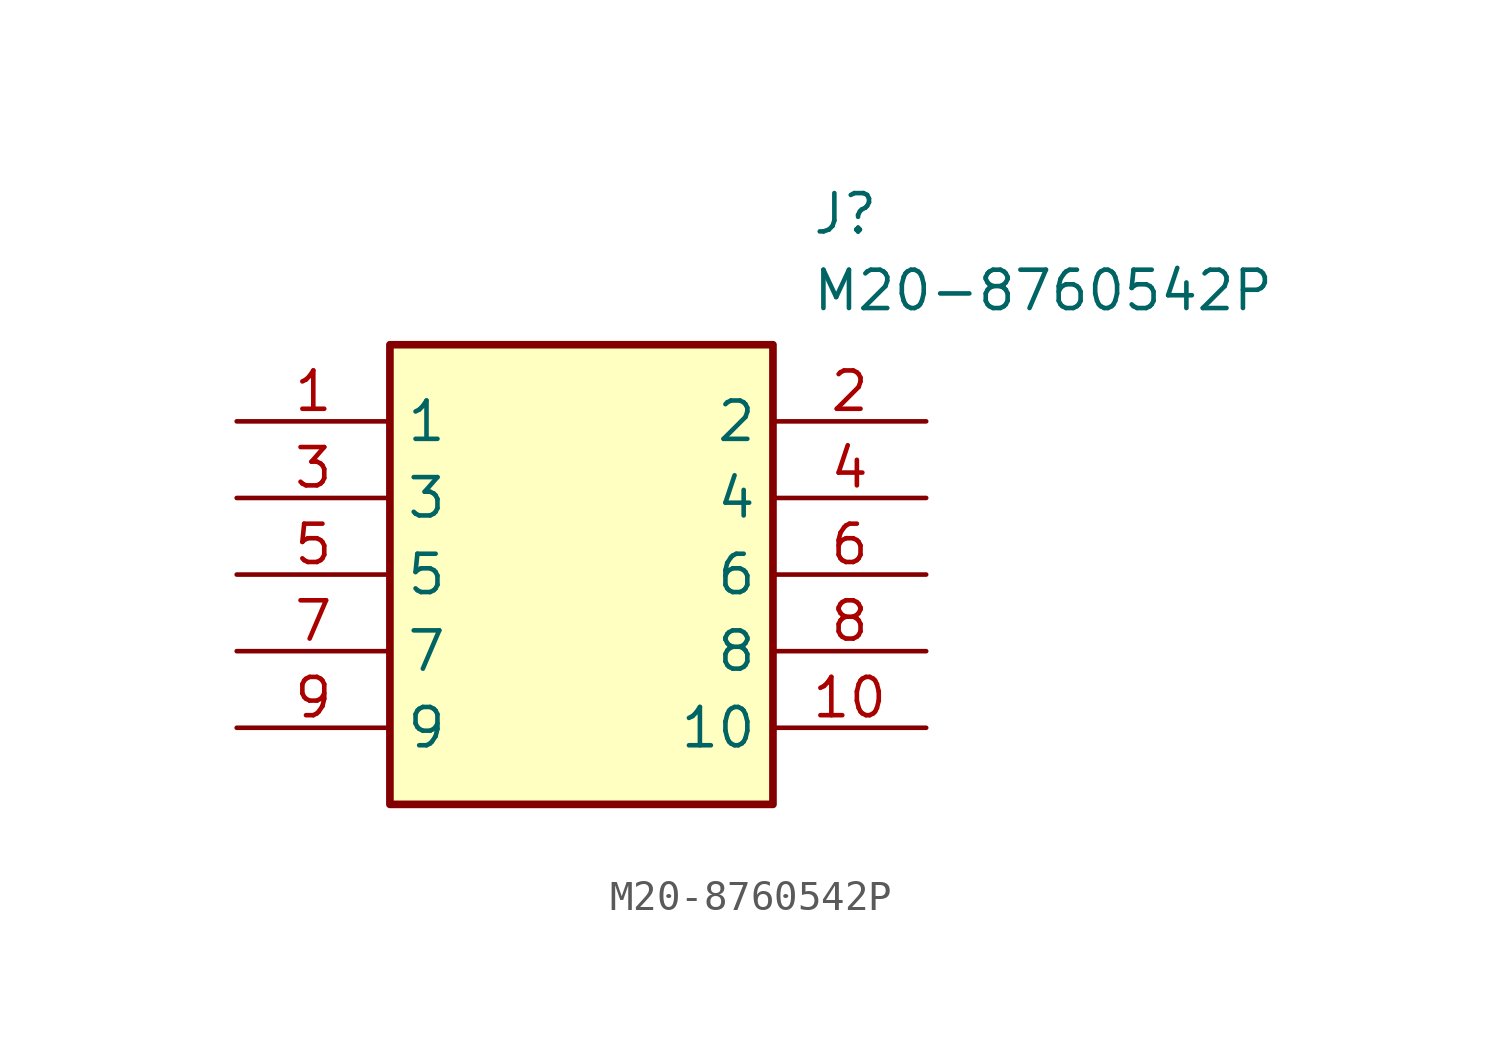
<source format=kicad_sym>
(kicad_symbol_lib
  (version 20211014)
  (generator SamacSys_ECAD_Model)
  (symbol "M20-8760542P"
    (property "Reference" "J"
      (at 19.05 7.62 0)
      (effects (font (size 1.27 1.27)) (justify left top)))
    (property "Value" "M20-8760542P"
      (at 19.05 5.08 0)
      (effects (font (size 1.27 1.27)) (justify left top)))
    (rectangle
      (start 5.08 2.54)
      (end 17.78 -12.7)
      (stroke (width 0.254) (type default))
      (fill (type background)))
    (pin passive line
      (at 0 0 0)
      (length 5.08)
      (name "1" (effects (font (size 1.27 1.27))))
      (number "1" (effects (font (size 1.27 1.27)))))
    (pin passive line
      (at 0 -2.54 0)
      (length 5.08)
      (name "3" (effects (font (size 1.27 1.27))))
      (number "3" (effects (font (size 1.27 1.27)))))
    (pin passive line
      (at 0 -5.08 0)
      (length 5.08)
      (name "5" (effects (font (size 1.27 1.27))))
      (number "5" (effects (font (size 1.27 1.27)))))
    (pin passive line
      (at 0 -7.62 0)
      (length 5.08)
      (name "7" (effects (font (size 1.27 1.27))))
      (number "7" (effects (font (size 1.27 1.27)))))
    (pin passive line
      (at 0 -10.16 0)
      (length 5.08)
      (name "9" (effects (font (size 1.27 1.27))))
      (number "9" (effects (font (size 1.27 1.27)))))
    (pin passive line
      (at 22.86 0 180)
      (length 5.08)
      (name "2" (effects (font (size 1.27 1.27))))
      (number "2" (effects (font (size 1.27 1.27)))))
    (pin passive line
      (at 22.86 -2.54 180)
      (length 5.08)
      (name "4" (effects (font (size 1.27 1.27))))
      (number "4" (effects (font (size 1.27 1.27)))))
    (pin passive line
      (at 22.86 -5.08 180)
      (length 5.08)
      (name "6" (effects (font (size 1.27 1.27))))
      (number "6" (effects (font (size 1.27 1.27)))))
    (pin passive line
      (at 22.86 -7.62 180)
      (length 5.08)
      (name "8" (effects (font (size 1.27 1.27))))
      (number "8" (effects (font (size 1.27 1.27)))))
    (pin passive line
      (at 22.86 -10.16 180)
      (length 5.08)
      (name "10" (effects (font (size 1.27 1.27))))
      (number "10" (effects (font (size 1.27 1.27)))))))
</source>
